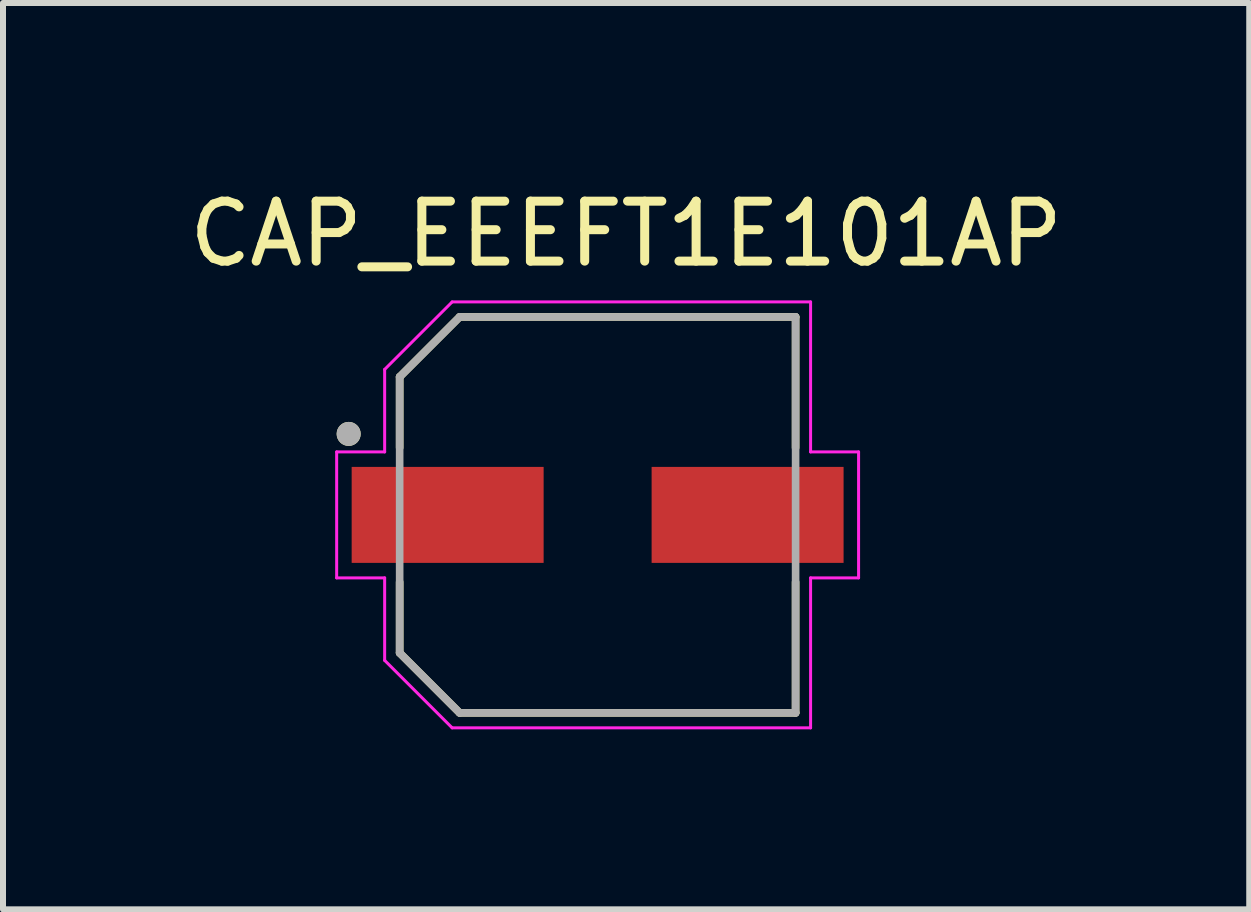
<source format=kicad_pcb>
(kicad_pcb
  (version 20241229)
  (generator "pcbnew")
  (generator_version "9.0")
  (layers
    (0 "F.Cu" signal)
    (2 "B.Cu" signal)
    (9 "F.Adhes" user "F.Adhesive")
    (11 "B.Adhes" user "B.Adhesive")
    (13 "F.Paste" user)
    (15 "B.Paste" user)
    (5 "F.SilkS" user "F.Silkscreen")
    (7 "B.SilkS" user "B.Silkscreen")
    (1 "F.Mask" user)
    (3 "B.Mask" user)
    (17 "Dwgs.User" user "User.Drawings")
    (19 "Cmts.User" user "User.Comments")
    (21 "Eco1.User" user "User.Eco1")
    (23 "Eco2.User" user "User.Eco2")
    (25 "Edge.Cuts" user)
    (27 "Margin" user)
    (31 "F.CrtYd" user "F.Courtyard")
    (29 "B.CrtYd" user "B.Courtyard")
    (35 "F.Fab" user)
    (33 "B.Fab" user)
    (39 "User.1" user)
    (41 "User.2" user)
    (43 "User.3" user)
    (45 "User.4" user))
  (footprint "CAP_EEEFT1E101AP"
    (layer "F.Cu")
    (at 6.912 5.533)
    (property "Reference" "CAP_EEEFT1E101AP" (at 0.475 -4.685 0) (layer "F.SilkS") (effects (font (size 1 1) (thickness 0.15))))
    (attr smd)
    (fp_line (start -3.3 -2.3) (end -3.3 -1.12) (stroke (width 0.127) (type solid)) (layer "F.SilkS"))
    (fp_line (start -3.3 1.12) (end -3.3 2.3) (stroke (width 0.127) (type solid)) (layer "F.SilkS"))
    (fp_line (start -3.3 2.3) (end -2.3 3.3) (stroke (width 0.127) (type solid)) (layer "F.SilkS"))
    (fp_line (start -2.3 -3.3) (end -3.3 -2.3) (stroke (width 0.127) (type solid)) (layer "F.SilkS"))
    (fp_line (start -2.3 3.3) (end 3.3 3.3) (stroke (width 0.127) (type solid)) (layer "F.SilkS"))
    (fp_line (start 3.3 -3.3) (end -2.3 -3.3) (stroke (width 0.127) (type solid)) (layer "F.SilkS"))
    (fp_line (start 3.3 -1.12) (end 3.3 -3.3) (stroke (width 0.127) (type solid)) (layer "F.SilkS"))
    (fp_line (start 3.3 3.3) (end 3.3 1.12) (stroke (width 0.127) (type solid)) (layer "F.SilkS"))
    (fp_circle (center -4.15 -1.35) (end -4.05 -1.35) (stroke (width 0.2) (type solid)) (fill no) (layer "F.SilkS"))
    (fp_line (start -4.35 -1.05) (end -3.55 -1.05) (stroke (width 0.05) (type solid)) (layer "F.CrtYd"))
    (fp_line (start -4.35 1.05) (end -4.35 -1.05) (stroke (width 0.05) (type solid)) (layer "F.CrtYd"))
    (fp_line (start -3.55 -2.425) (end -2.425 -3.55) (stroke (width 0.05) (type solid)) (layer "F.CrtYd"))
    (fp_line (start -3.55 -1.05) (end -3.55 -2.425) (stroke (width 0.05) (type solid)) (layer "F.CrtYd"))
    (fp_line (start -3.55 1.05) (end -4.35 1.05) (stroke (width 0.05) (type solid)) (layer "F.CrtYd"))
    (fp_line (start -3.55 2.425) (end -3.55 1.05) (stroke (width 0.05) (type solid)) (layer "F.CrtYd"))
    (fp_line (start -2.425 -3.55) (end 3.55 -3.55) (stroke (width 0.05) (type solid)) (layer "F.CrtYd"))
    (fp_line (start -2.425 3.55) (end -3.55 2.425) (stroke (width 0.05) (type solid)) (layer "F.CrtYd"))
    (fp_line (start 3.55 -3.55) (end 3.55 -1.05) (stroke (width 0.05) (type solid)) (layer "F.CrtYd"))
    (fp_line (start 3.55 -1.05) (end 4.35 -1.05) (stroke (width 0.05) (type solid)) (layer "F.CrtYd"))
    (fp_line (start 3.55 1.05) (end 3.55 3.55) (stroke (width 0.05) (type solid)) (layer "F.CrtYd"))
    (fp_line (start 3.55 3.55) (end -2.425 3.55) (stroke (width 0.05) (type solid)) (layer "F.CrtYd"))
    (fp_line (start 4.35 -1.05) (end 4.35 1.05) (stroke (width 0.05) (type solid)) (layer "F.CrtYd"))
    (fp_line (start 4.35 1.05) (end 3.55 1.05) (stroke (width 0.05) (type solid)) (layer "F.CrtYd"))
    (fp_line (start -3.3 -2.3) (end -3.3 2.3) (stroke (width 0.127) (type solid)) (layer "F.Fab"))
    (fp_line (start -3.3 2.3) (end -2.3 3.3) (stroke (width 0.127) (type solid)) (layer "F.Fab"))
    (fp_line (start -2.3 -3.3) (end -3.3 -2.3) (stroke (width 0.127) (type solid)) (layer "F.Fab"))
    (fp_line (start -2.3 3.3) (end 3.3 3.3) (stroke (width 0.127) (type solid)) (layer "F.Fab"))
    (fp_line (start 3.3 -3.3) (end -2.3 -3.3) (stroke (width 0.127) (type solid)) (layer "F.Fab"))
    (fp_line (start 3.3 3.3) (end 3.3 -3.3) (stroke (width 0.127) (type solid)) (layer "F.Fab"))
    (fp_circle (center -4.15 -1.35) (end -4.05 -1.35) (stroke (width 0.2) (type solid)) (fill no) (layer "F.Fab"))
    (pad "1" smd rect (at -2.5 0) (size 3.2 1.6) (layers "F.Cu" "F.Mask" "F.Paste"))
    (pad "2" smd rect (at 2.5 0) (size 3.2 1.6) (layers "F.Cu" "F.Mask" "F.Paste")))
  (gr_rect
    (start -3 -3)
    (end 17.774 12.108)
    (stroke (width 0.1) (type default))
    (fill no)
    (layer "Edge.Cuts")))
</source>
